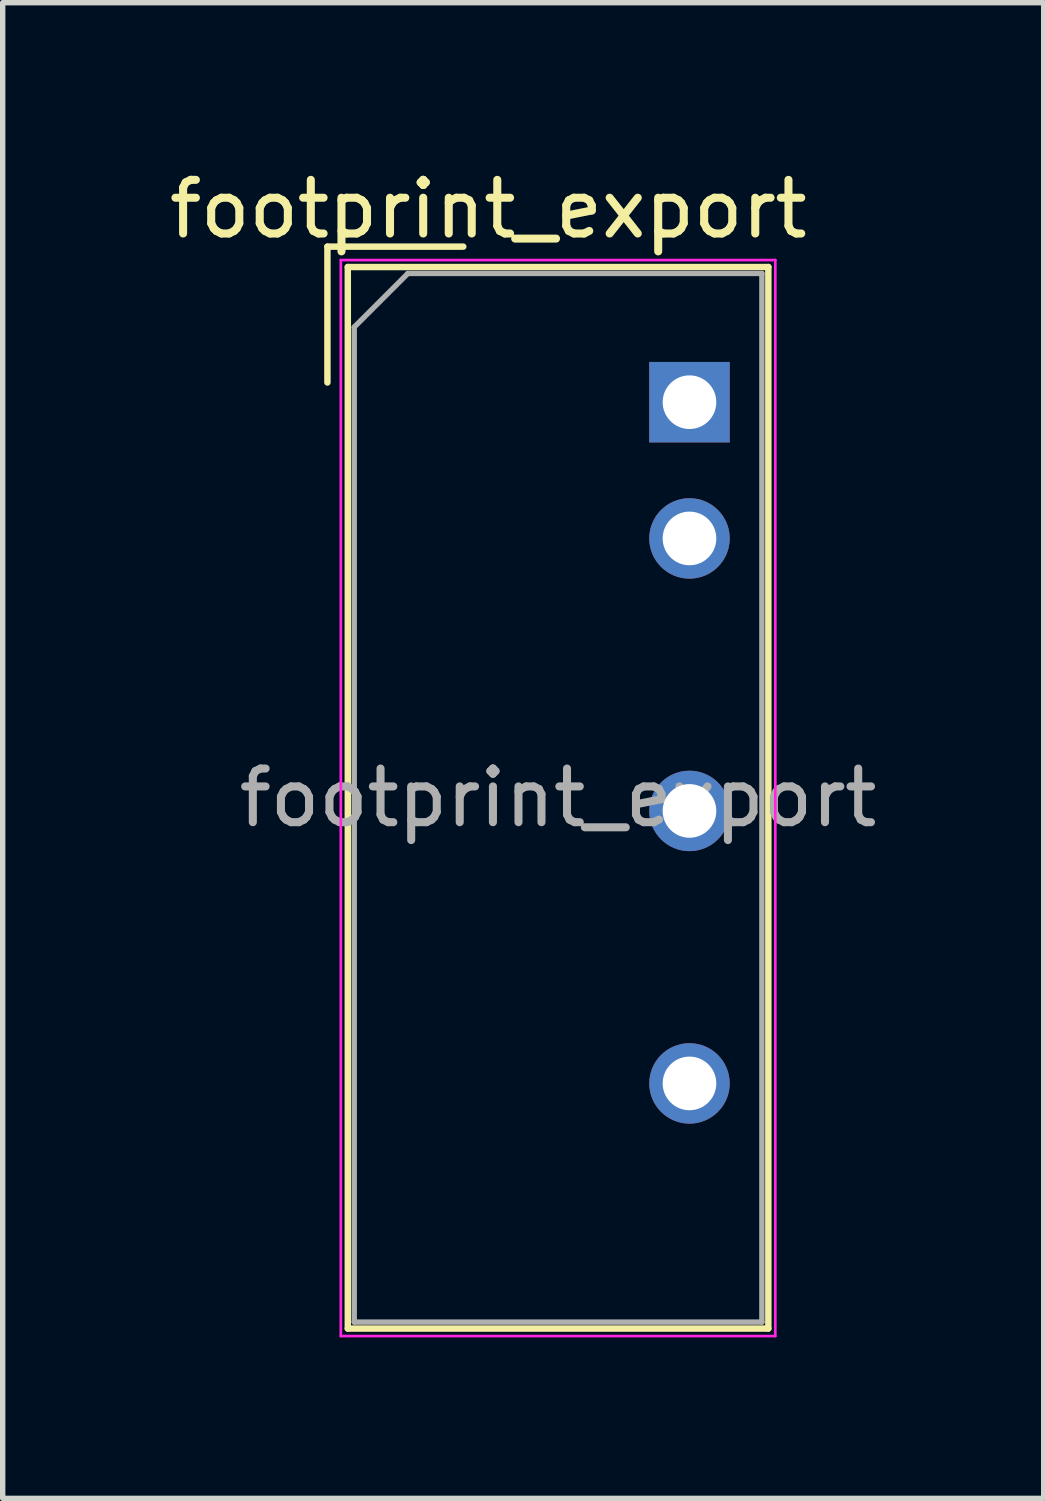
<source format=kicad_pcb>
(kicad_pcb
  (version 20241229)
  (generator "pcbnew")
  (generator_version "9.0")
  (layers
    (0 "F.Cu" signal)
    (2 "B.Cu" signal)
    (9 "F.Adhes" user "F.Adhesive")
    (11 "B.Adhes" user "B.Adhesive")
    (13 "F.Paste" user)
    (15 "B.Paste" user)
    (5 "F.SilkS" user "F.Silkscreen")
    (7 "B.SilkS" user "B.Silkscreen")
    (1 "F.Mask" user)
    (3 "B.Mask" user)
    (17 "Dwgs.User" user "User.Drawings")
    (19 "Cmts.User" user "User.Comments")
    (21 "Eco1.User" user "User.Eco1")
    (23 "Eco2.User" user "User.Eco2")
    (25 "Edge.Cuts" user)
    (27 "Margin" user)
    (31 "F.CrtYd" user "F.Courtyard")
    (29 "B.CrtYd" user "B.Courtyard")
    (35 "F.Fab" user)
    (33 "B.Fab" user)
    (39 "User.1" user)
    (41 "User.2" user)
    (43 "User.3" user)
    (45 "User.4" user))
  (footprint "footprint_export"
    (layer "F.Cu")
    (at 9.804 4.448)
    (property "Reference" "footprint_export" (at -3.75 -3.6 0) (layer "F.SilkS") (effects (font (size 1 1) (thickness 0.15))))
    (attr through_hole)
    (fp_line (start -6.75 -2.9) (end -4.217 -2.9) (stroke (width 0.12) (type solid)) (layer "F.SilkS"))
    (fp_line (start -6.75 -0.367) (end -6.75 -2.9) (stroke (width 0.12) (type solid)) (layer "F.SilkS"))
    (fp_line (start -6.37 -2.52) (end -6.37 17.27) (stroke (width 0.12) (type solid)) (layer "F.SilkS"))
    (fp_line (start -6.37 -2.52) (end 1.47 -2.52) (stroke (width 0.12) (type solid)) (layer "F.SilkS"))
    (fp_line (start -6.37 17.27) (end 1.47 17.27) (stroke (width 0.12) (type solid)) (layer "F.SilkS"))
    (fp_line (start 1.47 -2.52) (end 1.47 17.27) (stroke (width 0.12) (type solid)) (layer "F.SilkS"))
    (fp_line (start -6.5 -2.65) (end -6.5 17.41) (stroke (width 0.05) (type solid)) (layer "F.CrtYd"))
    (fp_line (start -6.5 -2.65) (end 1.6 -2.65) (stroke (width 0.05) (type solid)) (layer "F.CrtYd"))
    (fp_line (start -6.5 17.41) (end 1.6 17.41) (stroke (width 0.05) (type solid)) (layer "F.CrtYd"))
    (fp_line (start 1.6 -2.65) (end 1.6 17.41) (stroke (width 0.05) (type solid)) (layer "F.CrtYd"))
    (fp_line (start -6.25 -1.4) (end -5.25 -2.4) (stroke (width 0.1) (type solid)) (layer "F.Fab"))
    (fp_line (start -6.25 17.15) (end -6.25 -1.4) (stroke (width 0.1) (type solid)) (layer "F.Fab"))
    (fp_line (start -5.25 -2.4) (end 1.35 -2.4) (stroke (width 0.1) (type solid)) (layer "F.Fab"))
    (fp_line (start 1.35 -2.4) (end 1.35 17.15) (stroke (width 0.1) (type solid)) (layer "F.Fab"))
    (fp_line (start 1.35 17.15) (end -6.25 17.15) (stroke (width 0.1) (type solid)) (layer "F.Fab"))
    (fp_text user "${REFERENCE}" (at -2.45 7.375 0) (layer "F.Fab") (effects (font (size 1 1) (thickness 0.15))))
    (pad "1" thru_hole rect (at 0 0) (size 1.5 1.5) (drill 1) (layers "*.Cu" "*.Mask"))
    (pad "2" thru_hole circle (at 0 2.54) (size 1.5 1.5) (drill 1) (layers "*.Cu" "*.Mask"))
    (pad "4" thru_hole circle (at 0 7.62) (size 1.5 1.5) (drill 1) (layers "*.Cu" "*.Mask"))
    (pad "6" thru_hole circle (at 0 12.7) (size 1.5 1.5) (drill 1) (layers "*.Cu" "*.Mask")))
  (gr_rect
    (start -3 -3)
    (end 16.407 24.883)
    (stroke (width 0.1) (type default))
    (fill no)
    (layer "Edge.Cuts")))
</source>
